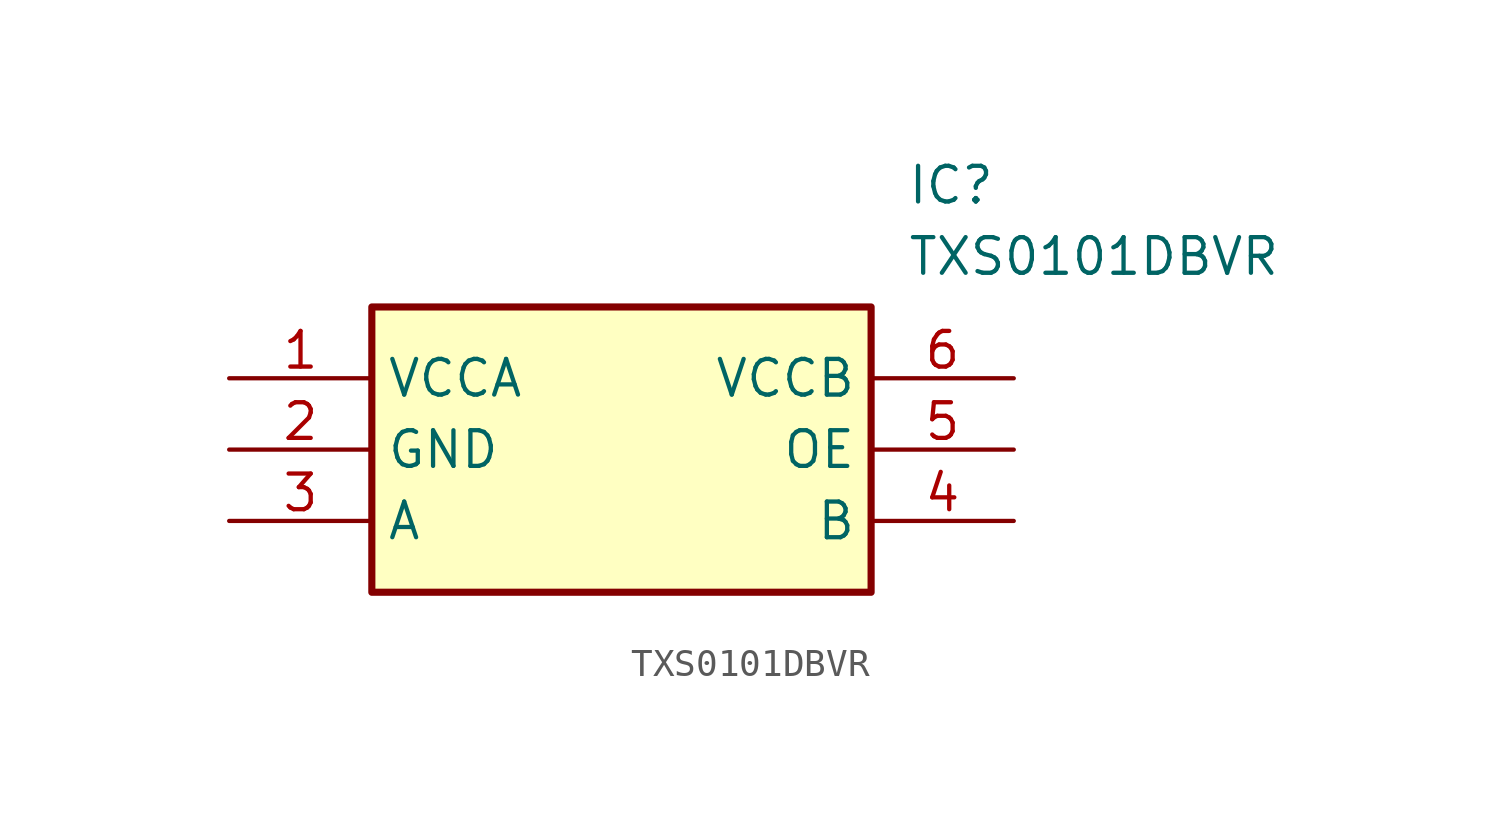
<source format=kicad_sym>
(kicad_symbol_lib
  (version 20241209)
  (generator "kicad_symbol_editor")
  (generator_version "9.0")
  (symbol "TXS0101DBVR"
    (property "Reference" "IC"
      (at 24.13 7.62 0)
      (effects (font (size 1.27 1.27)) (justify left top)))
    (property "Value" "TXS0101DBVR"
      (at 24.13 5.08 0)
      (effects (font (size 1.27 1.27)) (justify left top)))
    (symbol "TXS0101DBVR_1_1"
      (rectangle (start 5.08 2.54) (end 22.86 -7.62) (stroke (width 0.254) (type default)) (fill (type background)))
      (pin passive line (at 0 0 0) (length 5.08) (name "VCCA" (effects (font (size 1.27 1.27)))) (number "1" (effects (font (size 1.27 1.27)))))
      (pin passive line (at 0 -2.54 0) (length 5.08) (name "GND" (effects (font (size 1.27 1.27)))) (number "2" (effects (font (size 1.27 1.27)))))
      (pin passive line (at 0 -5.08 0) (length 5.08) (name "A" (effects (font (size 1.27 1.27)))) (number "3" (effects (font (size 1.27 1.27)))))
      (pin passive line (at 27.94 0 180) (length 5.08) (name "VCCB" (effects (font (size 1.27 1.27)))) (number "6" (effects (font (size 1.27 1.27)))))
      (pin passive line (at 27.94 -2.54 180) (length 5.08) (name "OE" (effects (font (size 1.27 1.27)))) (number "5" (effects (font (size 1.27 1.27)))))
      (pin passive line (at 27.94 -5.08 180) (length 5.08) (name "B" (effects (font (size 1.27 1.27)))) (number "4" (effects (font (size 1.27 1.27))))))))
</source>
